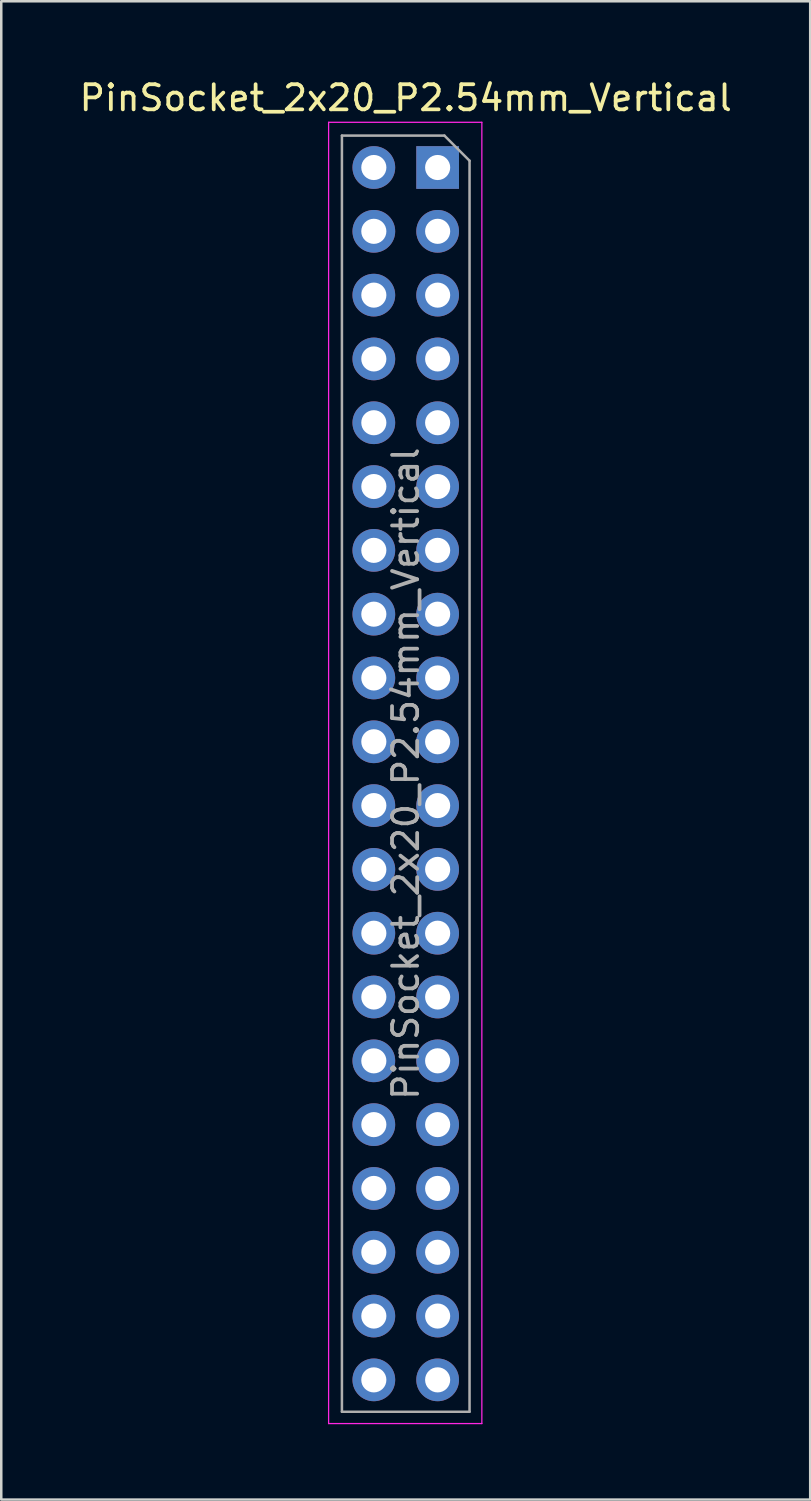
<source format=kicad_pcb>
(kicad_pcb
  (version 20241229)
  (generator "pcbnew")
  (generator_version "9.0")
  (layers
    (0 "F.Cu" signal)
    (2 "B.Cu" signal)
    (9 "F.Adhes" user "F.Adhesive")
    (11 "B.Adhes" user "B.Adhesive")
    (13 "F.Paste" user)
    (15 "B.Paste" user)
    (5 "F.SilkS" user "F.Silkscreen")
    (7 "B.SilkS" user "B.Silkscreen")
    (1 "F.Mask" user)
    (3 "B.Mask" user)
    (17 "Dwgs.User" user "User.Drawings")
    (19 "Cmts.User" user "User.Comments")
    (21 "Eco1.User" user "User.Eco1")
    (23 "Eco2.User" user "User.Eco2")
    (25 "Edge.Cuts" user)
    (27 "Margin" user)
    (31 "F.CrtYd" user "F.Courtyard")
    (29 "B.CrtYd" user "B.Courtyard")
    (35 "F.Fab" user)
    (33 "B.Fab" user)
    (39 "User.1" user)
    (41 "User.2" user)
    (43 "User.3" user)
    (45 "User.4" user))
  (footprint "PinSocket_2x20_P2.54mm_Vertical"
    (layer "F.Cu")
    (at 14.371 3.618)
    (property "Reference" "PinSocket_2x20_P2.54mm_Vertical" (at -1.27 -2.77 0) (layer "F.SilkS") (effects (font (size 1 1) (thickness 0.15))))
    (attr through_hole)
    (fp_line (start -4.34 -1.8) (end 1.76 -1.8) (stroke (width 0.05) (type solid)) (layer "F.CrtYd"))
    (fp_line (start -4.34 50) (end -4.34 -1.8) (stroke (width 0.05) (type solid)) (layer "F.CrtYd"))
    (fp_line (start 1.76 -1.8) (end 1.76 50) (stroke (width 0.05) (type solid)) (layer "F.CrtYd"))
    (fp_line (start 1.76 50) (end -4.34 50) (stroke (width 0.05) (type solid)) (layer "F.CrtYd"))
    (fp_line (start -3.81 -1.27) (end 0.27 -1.27) (stroke (width 0.1) (type solid)) (layer "F.Fab"))
    (fp_line (start -3.81 49.53) (end -3.81 -1.27) (stroke (width 0.1) (type solid)) (layer "F.Fab"))
    (fp_line (start 0.27 -1.27) (end 1.27 -0.27) (stroke (width 0.1) (type solid)) (layer "F.Fab"))
    (fp_line (start 1.27 -0.27) (end 1.27 49.53) (stroke (width 0.1) (type solid)) (layer "F.Fab"))
    (fp_line (start 1.27 49.53) (end -3.81 49.53) (stroke (width 0.1) (type solid)) (layer "F.Fab"))
    (fp_text user "${REFERENCE}" (at -1.27 24.13 90) (layer "F.Fab") (effects (font (size 1 1) (thickness 0.15))))
    (pad "1" thru_hole rect (at 0 0) (size 1.7 1.7) (drill 1) (layers "*.Cu" "*.Mask"))
    (pad "2" thru_hole oval (at -2.54 0) (size 1.7 1.7) (drill 1) (layers "*.Cu" "*.Mask"))
    (pad "3" thru_hole oval (at 0 2.54) (size 1.7 1.7) (drill 1) (layers "*.Cu" "*.Mask"))
    (pad "4" thru_hole oval (at -2.54 2.54) (size 1.7 1.7) (drill 1) (layers "*.Cu" "*.Mask"))
    (pad "5" thru_hole oval (at 0 5.08) (size 1.7 1.7) (drill 1) (layers "*.Cu" "*.Mask"))
    (pad "6" thru_hole oval (at -2.54 5.08) (size 1.7 1.7) (drill 1) (layers "*.Cu" "*.Mask"))
    (pad "7" thru_hole oval (at 0 7.62) (size 1.7 1.7) (drill 1) (layers "*.Cu" "*.Mask"))
    (pad "8" thru_hole oval (at -2.54 7.62) (size 1.7 1.7) (drill 1) (layers "*.Cu" "*.Mask"))
    (pad "9" thru_hole oval (at 0 10.16) (size 1.7 1.7) (drill 1) (layers "*.Cu" "*.Mask"))
    (pad "10" thru_hole oval (at -2.54 10.16) (size 1.7 1.7) (drill 1) (layers "*.Cu" "*.Mask"))
    (pad "11" thru_hole oval (at 0 12.7) (size 1.7 1.7) (drill 1) (layers "*.Cu" "*.Mask"))
    (pad "12" thru_hole oval (at -2.54 12.7) (size 1.7 1.7) (drill 1) (layers "*.Cu" "*.Mask"))
    (pad "13" thru_hole oval (at 0 15.24) (size 1.7 1.7) (drill 1) (layers "*.Cu" "*.Mask"))
    (pad "14" thru_hole oval (at -2.54 15.24) (size 1.7 1.7) (drill 1) (layers "*.Cu" "*.Mask"))
    (pad "15" thru_hole oval (at 0 17.78) (size 1.7 1.7) (drill 1) (layers "*.Cu" "*.Mask"))
    (pad "16" thru_hole oval (at -2.54 17.78) (size 1.7 1.7) (drill 1) (layers "*.Cu" "*.Mask"))
    (pad "17" thru_hole oval (at 0 20.32) (size 1.7 1.7) (drill 1) (layers "*.Cu" "*.Mask"))
    (pad "18" thru_hole oval (at -2.54 20.32) (size 1.7 1.7) (drill 1) (layers "*.Cu" "*.Mask"))
    (pad "19" thru_hole oval (at 0 22.86) (size 1.7 1.7) (drill 1) (layers "*.Cu" "*.Mask"))
    (pad "20" thru_hole oval (at -2.54 22.86) (size 1.7 1.7) (drill 1) (layers "*.Cu" "*.Mask"))
    (pad "21" thru_hole oval (at 0 25.4) (size 1.7 1.7) (drill 1) (layers "*.Cu" "*.Mask"))
    (pad "22" thru_hole oval (at -2.54 25.4) (size 1.7 1.7) (drill 1) (layers "*.Cu" "*.Mask"))
    (pad "23" thru_hole oval (at 0 27.94) (size 1.7 1.7) (drill 1) (layers "*.Cu" "*.Mask"))
    (pad "24" thru_hole oval (at -2.54 27.94) (size 1.7 1.7) (drill 1) (layers "*.Cu" "*.Mask"))
    (pad "25" thru_hole oval (at 0 30.48) (size 1.7 1.7) (drill 1) (layers "*.Cu" "*.Mask"))
    (pad "26" thru_hole oval (at -2.54 30.48) (size 1.7 1.7) (drill 1) (layers "*.Cu" "*.Mask"))
    (pad "27" thru_hole oval (at 0 33.02) (size 1.7 1.7) (drill 1) (layers "*.Cu" "*.Mask"))
    (pad "28" thru_hole oval (at -2.54 33.02) (size 1.7 1.7) (drill 1) (layers "*.Cu" "*.Mask"))
    (pad "29" thru_hole oval (at 0 35.56) (size 1.7 1.7) (drill 1) (layers "*.Cu" "*.Mask"))
    (pad "30" thru_hole oval (at -2.54 35.56) (size 1.7 1.7) (drill 1) (layers "*.Cu" "*.Mask"))
    (pad "31" thru_hole oval (at 0 38.1) (size 1.7 1.7) (drill 1) (layers "*.Cu" "*.Mask"))
    (pad "32" thru_hole oval (at -2.54 38.1) (size 1.7 1.7) (drill 1) (layers "*.Cu" "*.Mask"))
    (pad "33" thru_hole oval (at 0 40.64) (size 1.7 1.7) (drill 1) (layers "*.Cu" "*.Mask"))
    (pad "34" thru_hole oval (at -2.54 40.64) (size 1.7 1.7) (drill 1) (layers "*.Cu" "*.Mask"))
    (pad "35" thru_hole oval (at 0 43.18) (size 1.7 1.7) (drill 1) (layers "*.Cu" "*.Mask"))
    (pad "36" thru_hole oval (at -2.54 43.18) (size 1.7 1.7) (drill 1) (layers "*.Cu" "*.Mask"))
    (pad "37" thru_hole oval (at 0 45.72) (size 1.7 1.7) (drill 1) (layers "*.Cu" "*.Mask"))
    (pad "38" thru_hole oval (at -2.54 45.72) (size 1.7 1.7) (drill 1) (layers "*.Cu" "*.Mask"))
    (pad "39" thru_hole oval (at 0 48.26) (size 1.7 1.7) (drill 1) (layers "*.Cu" "*.Mask"))
    (pad "40" thru_hole oval (at -2.54 48.26) (size 1.7 1.7) (drill 1) (layers "*.Cu" "*.Mask")))
  (gr_rect
    (start -3 -3)
    (end 29.202 56.643)
    (stroke (width 0.1) (type default))
    (fill no)
    (layer "Edge.Cuts")))
</source>
